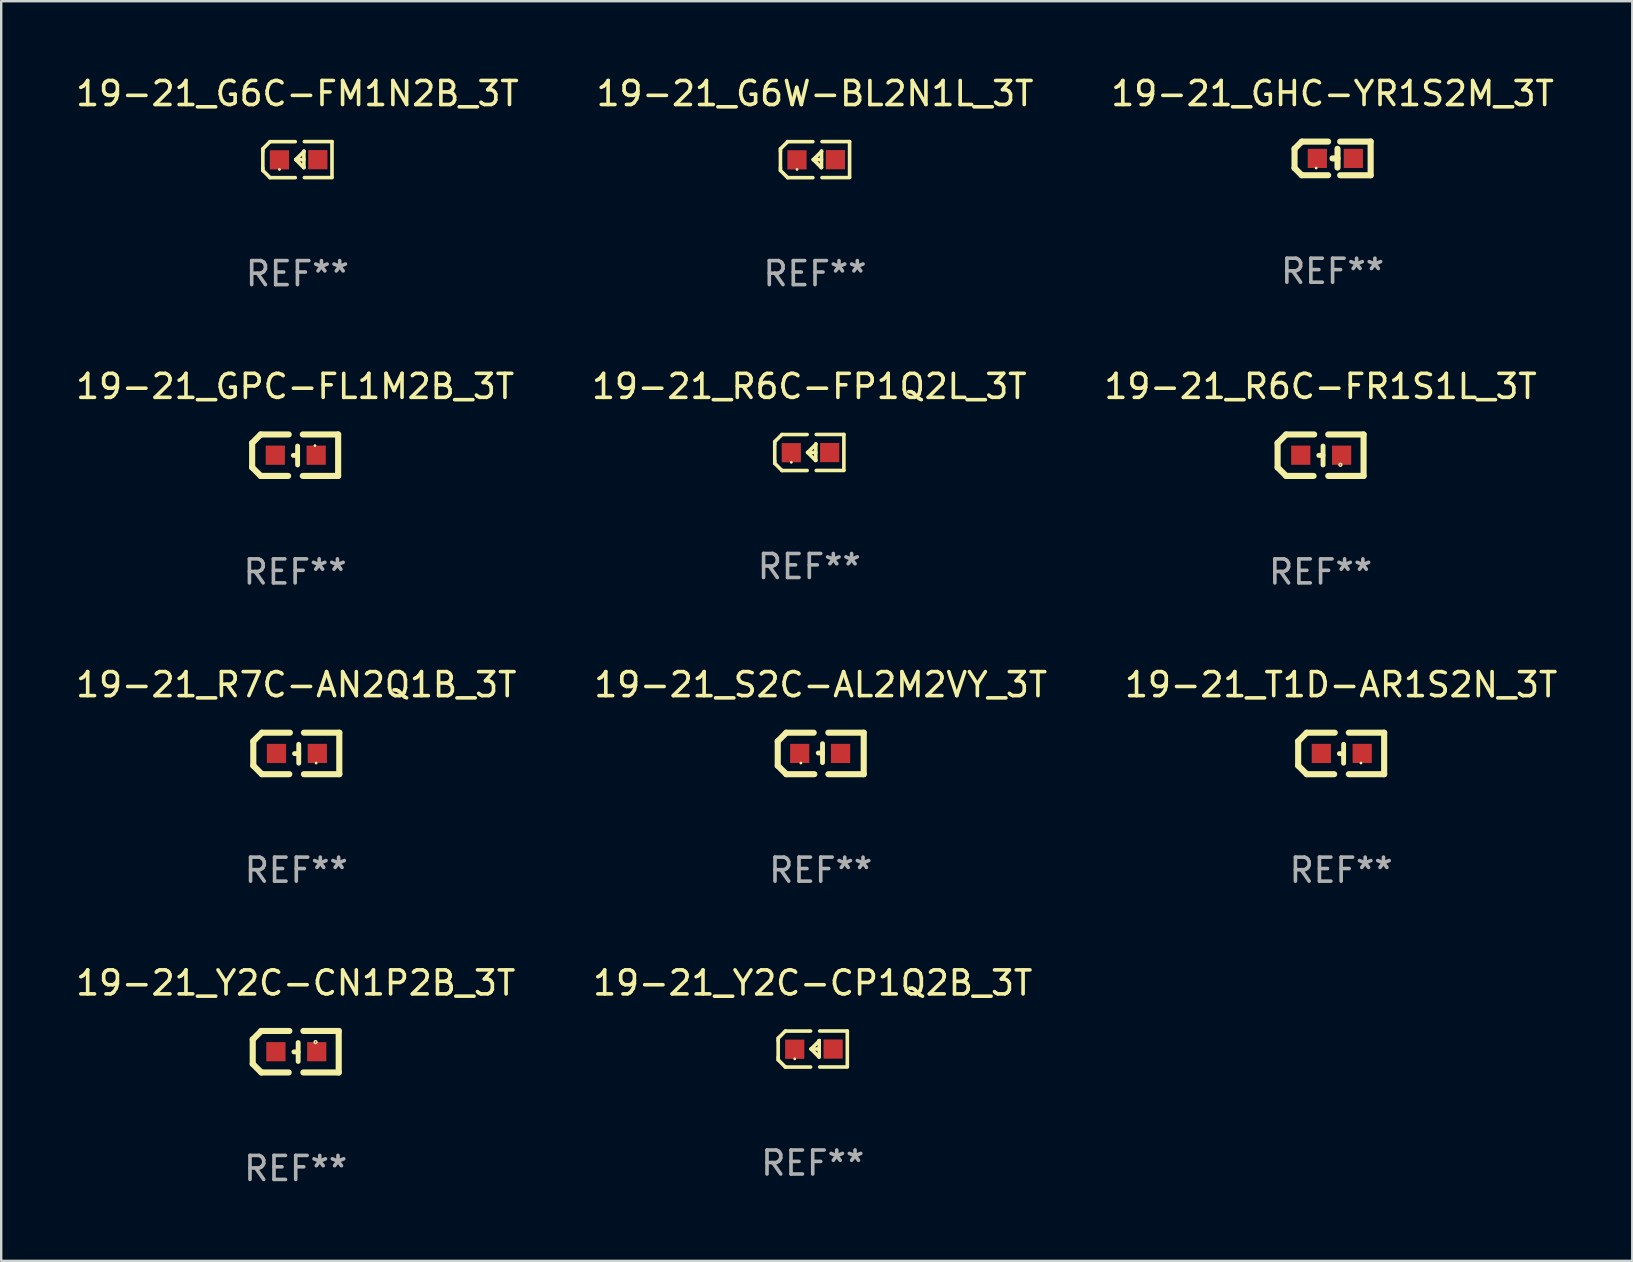
<source format=kicad_pcb>
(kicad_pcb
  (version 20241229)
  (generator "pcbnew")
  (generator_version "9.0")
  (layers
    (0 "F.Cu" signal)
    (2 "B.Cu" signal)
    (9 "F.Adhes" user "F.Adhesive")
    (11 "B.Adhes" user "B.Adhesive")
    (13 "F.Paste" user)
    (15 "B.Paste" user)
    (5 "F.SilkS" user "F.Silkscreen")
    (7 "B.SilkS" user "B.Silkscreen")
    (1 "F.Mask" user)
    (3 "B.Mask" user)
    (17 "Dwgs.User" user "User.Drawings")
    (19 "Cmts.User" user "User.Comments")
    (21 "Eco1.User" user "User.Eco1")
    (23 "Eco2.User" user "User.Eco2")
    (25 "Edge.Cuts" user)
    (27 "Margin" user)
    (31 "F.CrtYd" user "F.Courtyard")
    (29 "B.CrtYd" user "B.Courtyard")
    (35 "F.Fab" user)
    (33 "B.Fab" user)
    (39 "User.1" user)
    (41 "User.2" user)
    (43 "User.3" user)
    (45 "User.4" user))
  (footprint "19-21_GHC-YR1S2M_3T"
    (layer "F.Cu")
    (at 52.458 3.549)
    (property "Reference" "19-21_GHC-YR1S2M_3T" (at 0 -2.701 0) (layer "F.SilkS") (effects (font (size 1 1) (thickness 0.15))))
    (attr through_hole)
    (fp_line (start -1.585 -0.4) (end -1.585 0.4) (stroke (width 0.254) (type solid)) (layer "F.SilkS"))
    (fp_line (start -1.585 0.4) (end -1.285 0.7) (stroke (width 0.254) (type solid)) (layer "F.SilkS"))
    (fp_line (start -1.285 -0.7) (end -1.585 -0.4) (stroke (width 0.254) (type solid)) (layer "F.SilkS"))
    (fp_line (start -1.285 0.7) (end -0.185 0.7) (stroke (width 0.254) (type solid)) (layer "F.SilkS"))
    (fp_line (start -0.185 -0.7) (end -1.285 -0.7) (stroke (width 0.254) (type solid)) (layer "F.SilkS"))
    (fp_line (start 0.205 -0.4) (end 0.205 0.38) (stroke (width 0.254) (type solid)) (layer "F.SilkS"))
    (fp_line (start 0.205 -0.002) (end -0.004 -0.000102) (stroke (width 0.254) (type solid)) (layer "F.SilkS"))
    (fp_line (start 0.315 -0.701) (end 1.585 -0.701) (stroke (width 0.254) (type solid)) (layer "F.SilkS"))
    (fp_line (start 1.585 -0.701) (end 1.585 0.701) (stroke (width 0.254) (type solid)) (layer "F.SilkS"))
    (fp_line (start 1.585 0.701) (end 0.315 0.701) (stroke (width 0.254) (type solid)) (layer "F.SilkS"))
    (fp_circle (center -0.685 0.4) (end -0.655 0.4) (stroke (width 0.06) (type solid)) (fill no) (layer "F.SilkS"))
    (fp_text user "REF**" (at 0 4.701 0) (layer "F.Fab") (effects (font (size 1 1) (thickness 0.15))))
    (pad "1" smd rect (at -0.635 0) (size 0.8 0.8) (layers "F.Cu" "F.Mask" "F.Paste"))
    (pad "2" smd rect (at 0.865 0) (size 0.8 0.8) (layers "F.Cu" "F.Mask" "F.Paste")))
  (footprint "19-21_T1D-AR1S2N_3T"
    (layer "F.Cu")
    (at 52.815 28.334)
    (property "Reference" "19-21_T1D-AR1S2N_3T" (at 0 -2.864 0) (layer "F.SilkS") (effects (font (size 1 1) (thickness 0.15))))
    (attr through_hole)
    (fp_line (start -1.791 -0.508) (end -1.435 -0.864) (stroke (width 0.254) (type solid)) (layer "F.SilkS"))
    (fp_line (start -1.791 0.508) (end -1.791 -0.508) (stroke (width 0.254) (type solid)) (layer "F.SilkS"))
    (fp_line (start -1.435 0.864) (end -1.791 0.508) (stroke (width 0.254) (type solid)) (layer "F.SilkS"))
    (fp_line (start -0.292 0.864) (end -1.435 0.864) (stroke (width 0.254) (type solid)) (layer "F.SilkS"))
    (fp_line (start -0.267 -0.864) (end -1.435 -0.864) (stroke (width 0.254) (type solid)) (layer "F.SilkS"))
    (fp_line (start 0.102 0.008) (end -0.074 0.008) (stroke (width 0.203) (type solid)) (layer "F.SilkS"))
    (fp_line (start 0.102 0.406) (end 0.102 -0.381) (stroke (width 0.203) (type solid)) (layer "F.SilkS"))
    (fp_line (start 1.791 -0.864) (end 0.318 -0.864) (stroke (width 0.254) (type solid)) (layer "F.SilkS"))
    (fp_line (start 1.791 0.864) (end 0.318 0.864) (stroke (width 0.254) (type solid)) (layer "F.SilkS"))
    (fp_line (start 1.791 0.864) (end 1.791 -0.864) (stroke (width 0.254) (type solid)) (layer "F.SilkS"))
    (fp_circle (center 0.825 0.4) (end 0.855 0.4) (stroke (width 0.06) (type solid)) (fill no) (layer "F.SilkS"))
    (fp_text user "REF**" (at 0 4.864 0) (layer "F.Fab") (effects (font (size 1 1) (thickness 0.15))))
    (pad "1" smd rect (at 0.876 0 90) (size 0.8 0.8) (layers "F.Cu" "F.Mask" "F.Paste"))
    (pad "2" smd rect (at -0.826 0 90) (size 0.8 0.8) (layers "F.Cu" "F.Mask" "F.Paste")))
  (footprint "19-21_G6W-BL2N1L_3T"
    (layer "F.Cu")
    (at 30.899 3.599)
    (property "Reference" "19-21_G6W-BL2N1L_3T" (at 0 -2.751 0) (layer "F.SilkS") (effects (font (size 1 1) (thickness 0.15))))
    (attr through_hole)
    (fp_line (start -1.44 -0.449) (end -1.14 -0.749) (stroke (width 0.15) (type solid)) (layer "F.SilkS"))
    (fp_line (start -1.44 -0.349) (end -1.44 -0.449) (stroke (width 0.15) (type solid)) (layer "F.SilkS"))
    (fp_line (start -1.44 -0.349) (end -1.44 0.351) (stroke (width 0.15) (type solid)) (layer "F.SilkS"))
    (fp_line (start -1.44 0.351) (end -1.44 0.451) (stroke (width 0.15) (type solid)) (layer "F.SilkS"))
    (fp_line (start -1.44 0.451) (end -1.14 0.751) (stroke (width 0.15) (type solid)) (layer "F.SilkS"))
    (fp_line (start -0.09 -0.749) (end -1.14 -0.749) (stroke (width 0.15) (type solid)) (layer "F.SilkS"))
    (fp_line (start -0.09 0.751) (end -1.14 0.751) (stroke (width 0.15) (type solid)) (layer "F.SilkS"))
    (fp_line (start 0.26 0.329) (end -0.07 -0.001) (stroke (width 0.15) (type solid)) (layer "F.SilkS"))
    (fp_line (start 0.27 -0.351) (end 0.27 -0.341) (stroke (width 0.15) (type solid)) (layer "F.SilkS"))
    (fp_line (start 0.27 -0.351) (end 0.27 0.329) (stroke (width 0.15) (type solid)) (layer "F.SilkS"))
    (fp_line (start 0.27 -0.341) (end -0.07 -0.001) (stroke (width 0.15) (type solid)) (layer "F.SilkS"))
    (fp_line (start 0.27 -0.001) (end -0.07 -0.001) (stroke (width 0.15) (type solid)) (layer "F.SilkS"))
    (fp_line (start 0.27 0.329) (end 0.26 0.329) (stroke (width 0.15) (type solid)) (layer "F.SilkS"))
    (fp_line (start 0.29 -0.751) (end 1.44 -0.751) (stroke (width 0.15) (type solid)) (layer "F.SilkS"))
    (fp_line (start 0.29 0.749) (end 1.44 0.749) (stroke (width 0.15) (type solid)) (layer "F.SilkS"))
    (fp_line (start 1.44 -0.751) (end 1.44 0.729) (stroke (width 0.15) (type solid)) (layer "F.SilkS"))
    (fp_circle (center -0.75 0.409) (end -0.72 0.409) (stroke (width 0.06) (type solid)) (fill no) (layer "F.SilkS"))
    (fp_text user "REF**" (at 0 4.751 0) (layer "F.Fab") (effects (font (size 1 1) (thickness 0.15))))
    (pad "1" smd rect (at -0.75 0.009 90) (size 0.8 0.8) (layers "F.Cu" "F.Mask" "F.Paste"))
    (pad "2" smd rect (at 0.849 0.002 90) (size 0.8 0.8) (layers "F.Cu" "F.Mask" "F.Paste")))
  (footprint "19-21_Y2C-CN1P2B_3T"
    (layer "F.Cu")
    (at 9.268 40.758)
    (property "Reference" "19-21_Y2C-CN1P2B_3T" (at 0 -2.864 0) (layer "F.SilkS") (effects (font (size 1 1) (thickness 0.15))))
    (attr through_hole)
    (fp_line (start -1.791 -0.508) (end -1.435 -0.864) (stroke (width 0.254) (type solid)) (layer "F.SilkS"))
    (fp_line (start -1.791 0.508) (end -1.791 -0.508) (stroke (width 0.254) (type solid)) (layer "F.SilkS"))
    (fp_line (start -1.435 0.864) (end -1.791 0.508) (stroke (width 0.254) (type solid)) (layer "F.SilkS"))
    (fp_line (start -0.292 0.864) (end -1.435 0.864) (stroke (width 0.254) (type solid)) (layer "F.SilkS"))
    (fp_line (start -0.267 -0.864) (end -1.435 -0.864) (stroke (width 0.254) (type solid)) (layer "F.SilkS"))
    (fp_line (start 0.102 0.008) (end -0.074 0.008) (stroke (width 0.203) (type solid)) (layer "F.SilkS"))
    (fp_line (start 0.102 0.406) (end 0.102 -0.381) (stroke (width 0.203) (type solid)) (layer "F.SilkS"))
    (fp_line (start 1.791 -0.864) (end 0.318 -0.864) (stroke (width 0.254) (type solid)) (layer "F.SilkS"))
    (fp_line (start 1.791 0.864) (end 0.318 0.864) (stroke (width 0.254) (type solid)) (layer "F.SilkS"))
    (fp_line (start 1.791 0.864) (end 1.791 -0.864) (stroke (width 0.254) (type solid)) (layer "F.SilkS"))
    (fp_circle (center 0.826 -0.4) (end 0.855 -0.4) (stroke (width 0.06) (type solid)) (fill no) (layer "F.SilkS"))
    (fp_text user "REF**" (at 0 4.864 0) (layer "F.Fab") (effects (font (size 1 1) (thickness 0.15))))
    (pad "1" smd rect (at 0.876 0.000127 90) (size 0.8 0.8) (layers "F.Cu" "F.Mask" "F.Paste"))
    (pad "2" smd rect (at -0.826 0.000127 90) (size 0.8 0.8) (layers "F.Cu" "F.Mask" "F.Paste")))
  (footprint "19-21_Y2C-CP1Q2B_3T"
    (layer "F.Cu")
    (at 30.804 40.646)
    (property "Reference" "19-21_Y2C-CP1Q2B_3T" (at 0 -2.751 0) (layer "F.SilkS") (effects (font (size 1 1) (thickness 0.15))))
    (attr through_hole)
    (fp_line (start -1.44 -0.449) (end -1.14 -0.749) (stroke (width 0.15) (type solid)) (layer "F.SilkS"))
    (fp_line (start -1.44 -0.349) (end -1.44 -0.449) (stroke (width 0.15) (type solid)) (layer "F.SilkS"))
    (fp_line (start -1.44 -0.349) (end -1.44 0.351) (stroke (width 0.15) (type solid)) (layer "F.SilkS"))
    (fp_line (start -1.44 0.351) (end -1.44 0.451) (stroke (width 0.15) (type solid)) (layer "F.SilkS"))
    (fp_line (start -1.44 0.451) (end -1.14 0.751) (stroke (width 0.15) (type solid)) (layer "F.SilkS"))
    (fp_line (start -0.09 -0.749) (end -1.14 -0.749) (stroke (width 0.15) (type solid)) (layer "F.SilkS"))
    (fp_line (start -0.09 0.751) (end -1.14 0.751) (stroke (width 0.15) (type solid)) (layer "F.SilkS"))
    (fp_line (start 0.26 0.329) (end -0.07 -0.001) (stroke (width 0.15) (type solid)) (layer "F.SilkS"))
    (fp_line (start 0.27 -0.351) (end 0.27 -0.341) (stroke (width 0.15) (type solid)) (layer "F.SilkS"))
    (fp_line (start 0.27 -0.351) (end 0.27 0.329) (stroke (width 0.15) (type solid)) (layer "F.SilkS"))
    (fp_line (start 0.27 -0.341) (end -0.07 -0.001) (stroke (width 0.15) (type solid)) (layer "F.SilkS"))
    (fp_line (start 0.27 -0.001) (end -0.07 -0.001) (stroke (width 0.15) (type solid)) (layer "F.SilkS"))
    (fp_line (start 0.27 0.329) (end 0.26 0.329) (stroke (width 0.15) (type solid)) (layer "F.SilkS"))
    (fp_line (start 0.29 -0.751) (end 1.44 -0.751) (stroke (width 0.15) (type solid)) (layer "F.SilkS"))
    (fp_line (start 0.29 0.749) (end 1.44 0.749) (stroke (width 0.15) (type solid)) (layer "F.SilkS"))
    (fp_line (start 1.44 -0.751) (end 1.44 0.729) (stroke (width 0.15) (type solid)) (layer "F.SilkS"))
    (fp_circle (center -0.75 0.409) (end -0.72 0.409) (stroke (width 0.06) (type solid)) (fill no) (layer "F.SilkS"))
    (fp_text user "REF**" (at 0 4.751 0) (layer "F.Fab") (effects (font (size 1 1) (thickness 0.15))))
    (pad "1" smd rect (at -0.75 0.009 90) (size 0.8 0.8) (layers "F.Cu" "F.Mask" "F.Paste"))
    (pad "2" smd rect (at 0.849 0.002 90) (size 0.8 0.8) (layers "F.Cu" "F.Mask" "F.Paste")))
  (footprint "19-21_R6C-FP1Q2L_3T"
    (layer "F.Cu")
    (at 30.661 15.798)
    (property "Reference" "19-21_R6C-FP1Q2L_3T" (at 0 -2.751 0) (layer "F.SilkS") (effects (font (size 1 1) (thickness 0.15))))
    (attr through_hole)
    (fp_line (start -1.44 -0.449) (end -1.14 -0.749) (stroke (width 0.15) (type solid)) (layer "F.SilkS"))
    (fp_line (start -1.44 -0.349) (end -1.44 -0.449) (stroke (width 0.15) (type solid)) (layer "F.SilkS"))
    (fp_line (start -1.44 -0.349) (end -1.44 0.351) (stroke (width 0.15) (type solid)) (layer "F.SilkS"))
    (fp_line (start -1.44 0.351) (end -1.44 0.451) (stroke (width 0.15) (type solid)) (layer "F.SilkS"))
    (fp_line (start -1.44 0.451) (end -1.14 0.751) (stroke (width 0.15) (type solid)) (layer "F.SilkS"))
    (fp_line (start -0.09 -0.749) (end -1.14 -0.749) (stroke (width 0.15) (type solid)) (layer "F.SilkS"))
    (fp_line (start -0.09 0.751) (end -1.14 0.751) (stroke (width 0.15) (type solid)) (layer "F.SilkS"))
    (fp_line (start 0.26 0.329) (end -0.07 -0.001) (stroke (width 0.15) (type solid)) (layer "F.SilkS"))
    (fp_line (start 0.27 -0.351) (end 0.27 -0.341) (stroke (width 0.15) (type solid)) (layer "F.SilkS"))
    (fp_line (start 0.27 -0.351) (end 0.27 0.329) (stroke (width 0.15) (type solid)) (layer "F.SilkS"))
    (fp_line (start 0.27 -0.341) (end -0.07 -0.001) (stroke (width 0.15) (type solid)) (layer "F.SilkS"))
    (fp_line (start 0.27 -0.001) (end -0.07 -0.001) (stroke (width 0.15) (type solid)) (layer "F.SilkS"))
    (fp_line (start 0.27 0.329) (end 0.26 0.329) (stroke (width 0.15) (type solid)) (layer "F.SilkS"))
    (fp_line (start 0.29 -0.751) (end 1.44 -0.751) (stroke (width 0.15) (type solid)) (layer "F.SilkS"))
    (fp_line (start 0.29 0.749) (end 1.44 0.749) (stroke (width 0.15) (type solid)) (layer "F.SilkS"))
    (fp_line (start 1.44 -0.751) (end 1.44 0.729) (stroke (width 0.15) (type solid)) (layer "F.SilkS"))
    (fp_circle (center -0.75 0.409) (end -0.72 0.409) (stroke (width 0.06) (type solid)) (fill no) (layer "F.SilkS"))
    (fp_text user "REF**" (at 0 4.751 0) (layer "F.Fab") (effects (font (size 1 1) (thickness 0.15))))
    (pad "1" smd rect (at -0.75 0.009 90) (size 0.8 0.8) (layers "F.Cu" "F.Mask" "F.Paste"))
    (pad "2" smd rect (at 0.849 0.002 90) (size 0.8 0.8) (layers "F.Cu" "F.Mask" "F.Paste")))
  (footprint "19-21_R6C-FR1S1L_3T"
    (layer "F.Cu")
    (at 51.958 15.911)
    (property "Reference" "19-21_R6C-FR1S1L_3T" (at 0 -2.864 0) (layer "F.SilkS") (effects (font (size 1 1) (thickness 0.15))))
    (attr through_hole)
    (fp_line (start -1.791 -0.508) (end -1.435 -0.864) (stroke (width 0.254) (type solid)) (layer "F.SilkS"))
    (fp_line (start -1.791 0.508) (end -1.791 -0.508) (stroke (width 0.254) (type solid)) (layer "F.SilkS"))
    (fp_line (start -1.435 0.864) (end -1.791 0.508) (stroke (width 0.254) (type solid)) (layer "F.SilkS"))
    (fp_line (start -0.292 0.864) (end -1.435 0.864) (stroke (width 0.254) (type solid)) (layer "F.SilkS"))
    (fp_line (start -0.267 -0.864) (end -1.435 -0.864) (stroke (width 0.254) (type solid)) (layer "F.SilkS"))
    (fp_line (start 0.102 0.008) (end -0.074 0.008) (stroke (width 0.203) (type solid)) (layer "F.SilkS"))
    (fp_line (start 0.102 0.406) (end 0.102 -0.381) (stroke (width 0.203) (type solid)) (layer "F.SilkS"))
    (fp_line (start 1.791 -0.864) (end 0.318 -0.864) (stroke (width 0.254) (type solid)) (layer "F.SilkS"))
    (fp_line (start 1.791 0.864) (end 0.318 0.864) (stroke (width 0.254) (type solid)) (layer "F.SilkS"))
    (fp_line (start 1.791 0.864) (end 1.791 -0.864) (stroke (width 0.254) (type solid)) (layer "F.SilkS"))
    (fp_circle (center 0.826 0.4) (end 0.855 0.4) (stroke (width 0.06) (type solid)) (fill no) (layer "F.SilkS"))
    (fp_text user "REF**" (at 0 4.864 0) (layer "F.Fab") (effects (font (size 1 1) (thickness 0.15))))
    (pad "1" smd rect (at 0.876 0 90) (size 0.8 0.8) (layers "F.Cu" "F.Mask" "F.Paste"))
    (pad "2" smd rect (at -0.826 0 90) (size 0.8 0.8) (layers "F.Cu" "F.Mask" "F.Paste")))
  (footprint "19-21_GPC-FL1M2B_3T"
    (layer "F.Cu")
    (at 9.244 15.911)
    (property "Reference" "19-21_GPC-FL1M2B_3T" (at 0 -2.864 0) (layer "F.SilkS") (effects (font (size 1 1) (thickness 0.15))))
    (attr through_hole)
    (fp_line (start -1.791 -0.508) (end -1.435 -0.864) (stroke (width 0.254) (type solid)) (layer "F.SilkS"))
    (fp_line (start -1.791 0.508) (end -1.791 -0.508) (stroke (width 0.254) (type solid)) (layer "F.SilkS"))
    (fp_line (start -1.435 0.864) (end -1.791 0.508) (stroke (width 0.254) (type solid)) (layer "F.SilkS"))
    (fp_line (start -0.292 0.864) (end -1.435 0.864) (stroke (width 0.254) (type solid)) (layer "F.SilkS"))
    (fp_line (start -0.267 -0.864) (end -1.435 -0.864) (stroke (width 0.254) (type solid)) (layer "F.SilkS"))
    (fp_line (start 0.102 0.008) (end -0.074 0.008) (stroke (width 0.203) (type solid)) (layer "F.SilkS"))
    (fp_line (start 0.102 0.406) (end 0.102 -0.381) (stroke (width 0.203) (type solid)) (layer "F.SilkS"))
    (fp_line (start 1.791 -0.864) (end 0.318 -0.864) (stroke (width 0.254) (type solid)) (layer "F.SilkS"))
    (fp_line (start 1.791 0.864) (end 0.318 0.864) (stroke (width 0.254) (type solid)) (layer "F.SilkS"))
    (fp_line (start 1.791 0.864) (end 1.791 -0.864) (stroke (width 0.254) (type solid)) (layer "F.SilkS"))
    (fp_circle (center 0.825 -0.4) (end 0.855 -0.4) (stroke (width 0.06) (type solid)) (fill no) (layer "F.SilkS"))
    (fp_text user "REF**" (at 0 4.864 0) (layer "F.Fab") (effects (font (size 1 1) (thickness 0.15))))
    (pad "1" smd rect (at 0.876 0 90) (size 0.8 0.8) (layers "F.Cu" "F.Mask" "F.Paste"))
    (pad "2" smd rect (at -0.826 0 90) (size 0.8 0.8) (layers "F.Cu" "F.Mask" "F.Paste")))
  (footprint "19-21_G6C-FM1N2B_3T"
    (layer "F.Cu")
    (at 9.339 3.599)
    (property "Reference" "19-21_G6C-FM1N2B_3T" (at 0 -2.751 0) (layer "F.SilkS") (effects (font (size 1 1) (thickness 0.15))))
    (attr through_hole)
    (fp_line (start -1.44 -0.449) (end -1.14 -0.749) (stroke (width 0.15) (type solid)) (layer "F.SilkS"))
    (fp_line (start -1.44 -0.349) (end -1.44 -0.449) (stroke (width 0.15) (type solid)) (layer "F.SilkS"))
    (fp_line (start -1.44 -0.349) (end -1.44 0.351) (stroke (width 0.15) (type solid)) (layer "F.SilkS"))
    (fp_line (start -1.44 0.351) (end -1.44 0.451) (stroke (width 0.15) (type solid)) (layer "F.SilkS"))
    (fp_line (start -1.44 0.451) (end -1.14 0.751) (stroke (width 0.15) (type solid)) (layer "F.SilkS"))
    (fp_line (start -0.09 -0.749) (end -1.14 -0.749) (stroke (width 0.15) (type solid)) (layer "F.SilkS"))
    (fp_line (start -0.09 0.751) (end -1.14 0.751) (stroke (width 0.15) (type solid)) (layer "F.SilkS"))
    (fp_line (start 0.26 0.329) (end -0.07 -0.001) (stroke (width 0.15) (type solid)) (layer "F.SilkS"))
    (fp_line (start 0.27 -0.351) (end 0.27 -0.341) (stroke (width 0.15) (type solid)) (layer "F.SilkS"))
    (fp_line (start 0.27 -0.351) (end 0.27 0.329) (stroke (width 0.15) (type solid)) (layer "F.SilkS"))
    (fp_line (start 0.27 -0.341) (end -0.07 -0.001) (stroke (width 0.15) (type solid)) (layer "F.SilkS"))
    (fp_line (start 0.27 -0.001) (end -0.07 -0.001) (stroke (width 0.15) (type solid)) (layer "F.SilkS"))
    (fp_line (start 0.27 0.329) (end 0.26 0.329) (stroke (width 0.15) (type solid)) (layer "F.SilkS"))
    (fp_line (start 0.29 -0.751) (end 1.44 -0.751) (stroke (width 0.15) (type solid)) (layer "F.SilkS"))
    (fp_line (start 0.29 0.749) (end 1.44 0.749) (stroke (width 0.15) (type solid)) (layer "F.SilkS"))
    (fp_line (start 1.44 -0.751) (end 1.44 0.729) (stroke (width 0.15) (type solid)) (layer "F.SilkS"))
    (fp_circle (center -0.75 0.409) (end -0.72 0.409) (stroke (width 0.06) (type solid)) (fill no) (layer "F.SilkS"))
    (fp_text user "REF**" (at 0 4.751 0) (layer "F.Fab") (effects (font (size 1 1) (thickness 0.15))))
    (pad "1" smd rect (at -0.75 0.009 90) (size 0.8 0.8) (layers "F.Cu" "F.Mask" "F.Paste"))
    (pad "2" smd rect (at 0.849 0.002 90) (size 0.8 0.8) (layers "F.Cu" "F.Mask" "F.Paste")))
  (footprint "19-21_S2C-AL2M2VY_3T"
    (layer "F.Cu")
    (at 31.137 28.334)
    (property "Reference" "19-21_S2C-AL2M2VY_3T" (at 0 -2.864 0) (layer "F.SilkS") (effects (font (size 1 1) (thickness 0.15))))
    (attr through_hole)
    (fp_line (start -1.791 -0.508) (end -1.791 0.508) (stroke (width 0.254) (type solid)) (layer "F.SilkS"))
    (fp_line (start -1.791 0.508) (end -1.435 0.864) (stroke (width 0.254) (type solid)) (layer "F.SilkS"))
    (fp_line (start -1.435 -0.864) (end -1.791 -0.508) (stroke (width 0.254) (type solid)) (layer "F.SilkS"))
    (fp_line (start -0.292 -0.864) (end -1.435 -0.864) (stroke (width 0.254) (type solid)) (layer "F.SilkS"))
    (fp_line (start -0.267 0.864) (end -1.435 0.864) (stroke (width 0.254) (type solid)) (layer "F.SilkS"))
    (fp_line (start 0.074 -0.018) (end -0.102 -0.018) (stroke (width 0.203) (type solid)) (layer "F.SilkS"))
    (fp_line (start 0.074 0.381) (end 0.074 -0.406) (stroke (width 0.203) (type solid)) (layer "F.SilkS"))
    (fp_line (start 1.791 -0.864) (end 0.317 -0.864) (stroke (width 0.254) (type solid)) (layer "F.SilkS"))
    (fp_line (start 1.791 -0.864) (end 1.791 0.864) (stroke (width 0.254) (type solid)) (layer "F.SilkS"))
    (fp_line (start 1.791 0.864) (end 0.317 0.864) (stroke (width 0.254) (type solid)) (layer "F.SilkS"))
    (fp_circle (center -0.826 0.4) (end -0.796 0.4) (stroke (width 0.06) (type solid)) (fill no) (layer "F.SilkS"))
    (fp_text user "REF**" (at 0 4.864 0) (layer "F.Fab") (effects (font (size 1 1) (thickness 0.15))))
    (pad "1" smd rect (at -0.876 0.000114 270) (size 0.8 0.8) (layers "F.Cu" "F.Mask" "F.Paste"))
    (pad "2" smd rect (at 0.825 0.000114 270) (size 0.8 0.8) (layers "F.Cu" "F.Mask" "F.Paste")))
  (footprint "19-21_R7C-AN2Q1B_3T"
    (layer "F.Cu")
    (at 9.292 28.334)
    (property "Reference" "19-21_R7C-AN2Q1B_3T" (at 0 -2.864 0) (layer "F.SilkS") (effects (font (size 1 1) (thickness 0.15))))
    (attr through_hole)
    (fp_line (start -1.791 -0.508) (end -1.435 -0.864) (stroke (width 0.254) (type solid)) (layer "F.SilkS"))
    (fp_line (start -1.791 0.508) (end -1.791 -0.508) (stroke (width 0.254) (type solid)) (layer "F.SilkS"))
    (fp_line (start -1.435 0.864) (end -1.791 0.508) (stroke (width 0.254) (type solid)) (layer "F.SilkS"))
    (fp_line (start -0.292 0.864) (end -1.435 0.864) (stroke (width 0.254) (type solid)) (layer "F.SilkS"))
    (fp_line (start -0.267 -0.864) (end -1.435 -0.864) (stroke (width 0.254) (type solid)) (layer "F.SilkS"))
    (fp_line (start 0.102 0.008) (end -0.074 0.008) (stroke (width 0.203) (type solid)) (layer "F.SilkS"))
    (fp_line (start 0.102 0.406) (end 0.102 -0.381) (stroke (width 0.203) (type solid)) (layer "F.SilkS"))
    (fp_line (start 1.791 -0.864) (end 0.318 -0.864) (stroke (width 0.254) (type solid)) (layer "F.SilkS"))
    (fp_line (start 1.791 0.864) (end 0.318 0.864) (stroke (width 0.254) (type solid)) (layer "F.SilkS"))
    (fp_line (start 1.791 0.864) (end 1.791 -0.864) (stroke (width 0.254) (type solid)) (layer "F.SilkS"))
    (fp_circle (center 0.825 0.4) (end 0.855 0.4) (stroke (width 0.06) (type solid)) (fill no) (layer "F.SilkS"))
    (fp_text user "REF**" (at 0 4.864 0) (layer "F.Fab") (effects (font (size 1 1) (thickness 0.15))))
    (pad "1" smd rect (at 0.876 0 90) (size 0.8 0.8) (layers "F.Cu" "F.Mask" "F.Paste"))
    (pad "2" smd rect (at -0.826 0 90) (size 0.8 0.8) (layers "F.Cu" "F.Mask" "F.Paste")))
  (gr_rect
    (start -3 -3)
    (end 64.94 49.47)
    (stroke (width 0.1) (type default))
    (fill no)
    (layer "Edge.Cuts")))
</source>
